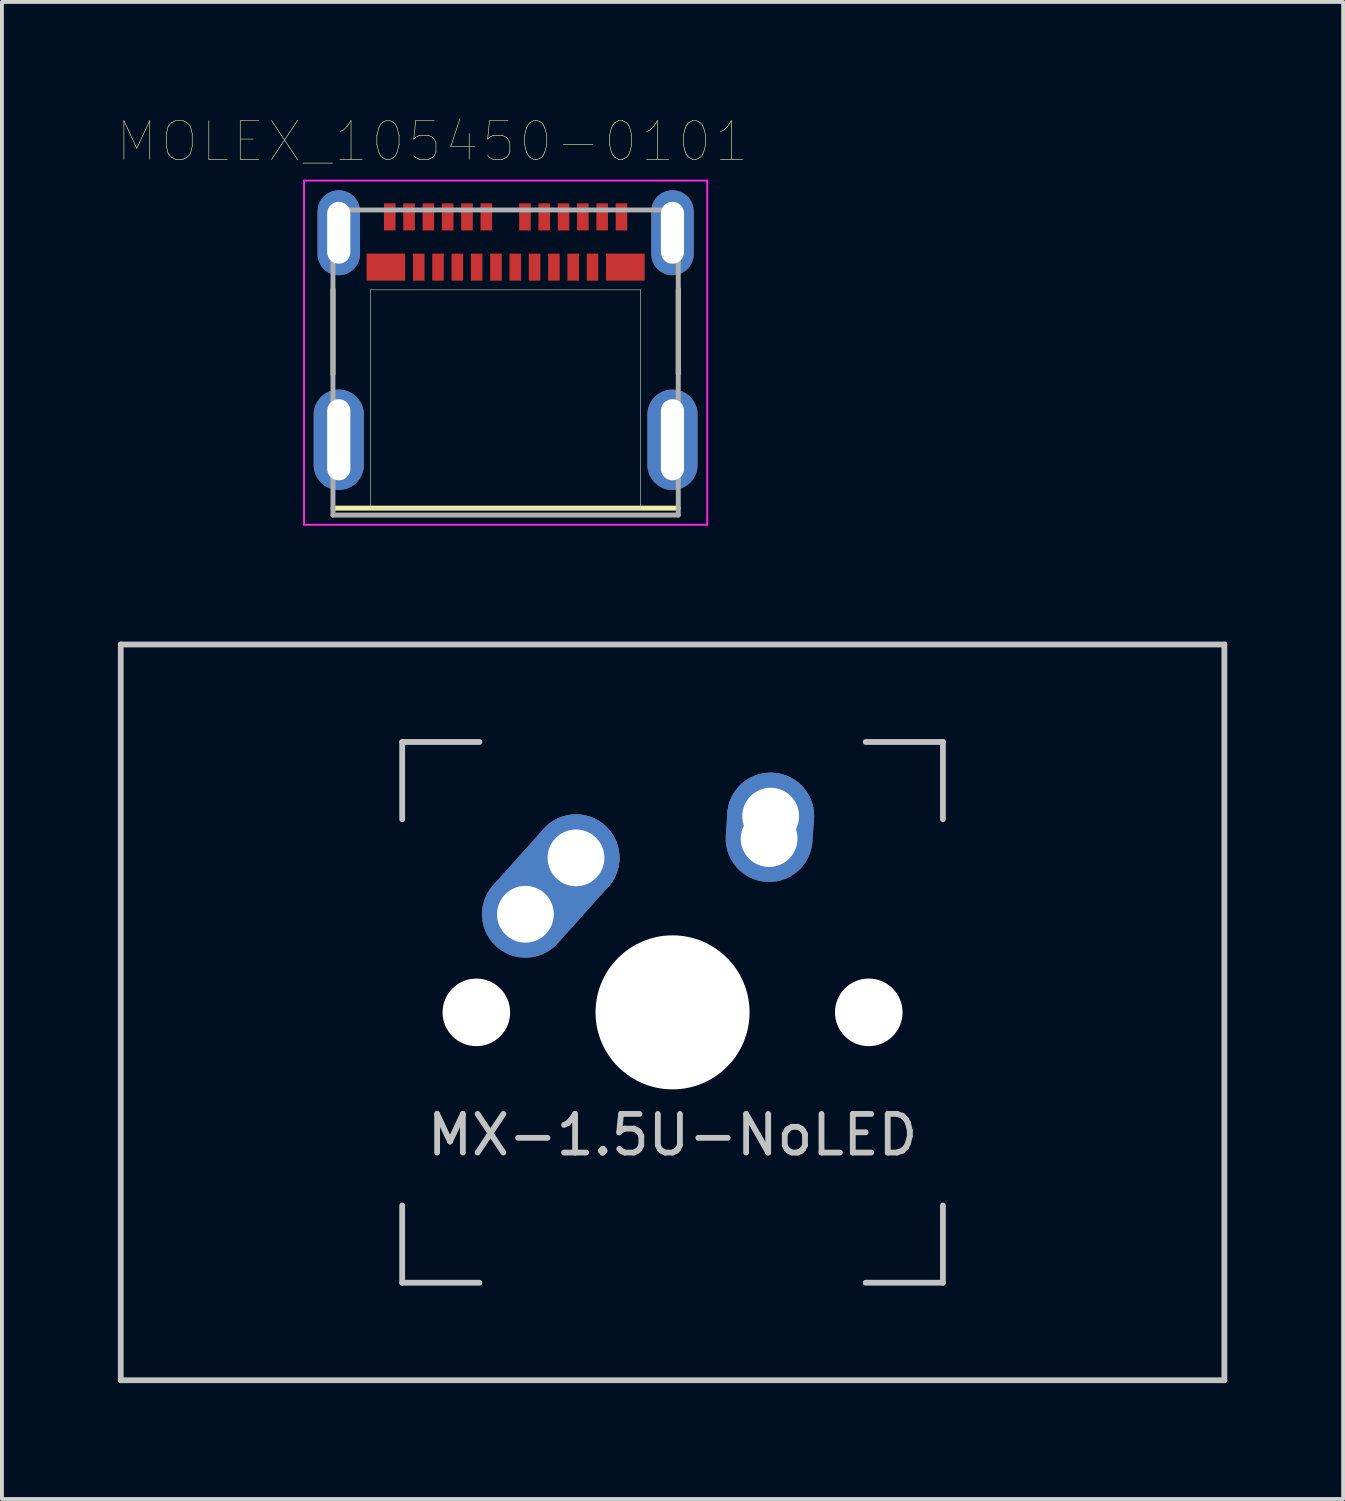
<source format=kicad_pcb>
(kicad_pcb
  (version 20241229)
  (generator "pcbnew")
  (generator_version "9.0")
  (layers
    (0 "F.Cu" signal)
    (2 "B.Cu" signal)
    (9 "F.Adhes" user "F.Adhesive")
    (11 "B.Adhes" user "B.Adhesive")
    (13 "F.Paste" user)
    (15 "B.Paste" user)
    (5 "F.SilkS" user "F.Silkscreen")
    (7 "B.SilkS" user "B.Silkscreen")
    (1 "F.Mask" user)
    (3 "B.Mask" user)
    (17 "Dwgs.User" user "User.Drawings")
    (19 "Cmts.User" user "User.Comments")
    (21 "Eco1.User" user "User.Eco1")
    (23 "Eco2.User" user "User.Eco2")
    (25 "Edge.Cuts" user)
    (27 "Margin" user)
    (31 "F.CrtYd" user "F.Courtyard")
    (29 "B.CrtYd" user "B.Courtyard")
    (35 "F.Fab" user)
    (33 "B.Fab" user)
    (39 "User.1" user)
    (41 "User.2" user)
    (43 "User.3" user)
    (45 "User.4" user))
  (footprint "MOLEX_105450-0101"
    (layer "F.Cu")
    (at 10.041 6.336)
    (property "Reference" "MOLEX_105450-0101" (at -1.899 -5.723 0) (layer "F.SilkS") (effects (font (size 1.004 1.004) (thickness 0.015))))
    (attr through_hole)
    (fp_line (start -4.47 0.3) (end -4.47 -1.9) (stroke (width 0.127) (type solid)) (layer "F.SilkS"))
    (fp_line (start -4.47 3.77) (end 4.47 3.77) (stroke (width 0.127) (type solid)) (layer "F.SilkS"))
    (fp_line (start 4.47 0.3) (end 4.47 -1.9) (stroke (width 0.127) (type solid)) (layer "F.SilkS"))
    (fp_poly (pts (xy -3.502 -1.88) (xy 3.5 -1.88) (xy 3.5 3.773) (xy -3.502 3.773)) (stroke (width 0.01) (type solid)) (fill no) (layer "Dwgs.User"))
    (fp_poly (pts (xy -3.501 -1.88) (xy 3.5 -1.88) (xy 3.5 3.771) (xy -3.501 3.771)) (stroke (width 0.01) (type solid)) (fill no) (layer "Dwgs.User"))
    (fp_line (start -5.22 -4.71) (end 5.22 -4.71) (stroke (width 0.05) (type solid)) (layer "F.CrtYd"))
    (fp_line (start -5.22 4.2) (end -5.22 -4.71) (stroke (width 0.05) (type solid)) (layer "F.CrtYd"))
    (fp_line (start 5.22 -4.71) (end 5.22 4.2) (stroke (width 0.05) (type solid)) (layer "F.CrtYd"))
    (fp_line (start 5.22 4.2) (end -5.22 4.2) (stroke (width 0.05) (type solid)) (layer "F.CrtYd"))
    (fp_line (start -4.47 -3.95) (end -4.47 3.95) (stroke (width 0.127) (type solid)) (layer "F.Fab"))
    (fp_line (start -4.47 3.95) (end 4.47 3.95) (stroke (width 0.127) (type solid)) (layer "F.Fab"))
    (fp_line (start 4.47 -3.95) (end -4.47 -3.95) (stroke (width 0.127) (type solid)) (layer "F.Fab"))
    (fp_line (start 4.47 3.95) (end 4.47 -3.95) (stroke (width 0.127) (type solid)) (layer "F.Fab"))
    (pad "A1" smd rect (at -3 -3.77) (size 0.3 0.7) (layers "F.Cu" "F.Mask" "F.Paste"))
    (pad "A2" smd rect (at -2.5 -3.77) (size 0.3 0.7) (layers "F.Cu" "F.Mask" "F.Paste"))
    (pad "A3" smd rect (at -2 -3.77) (size 0.3 0.7) (layers "F.Cu" "F.Mask" "F.Paste"))
    (pad "A4" smd rect (at -1.5 -3.77) (size 0.3 0.7) (layers "F.Cu" "F.Mask" "F.Paste"))
    (pad "A5" smd rect (at -1 -3.77) (size 0.3 0.7) (layers "F.Cu" "F.Mask" "F.Paste"))
    (pad "A6" smd rect (at -0.5 -3.77) (size 0.3 0.7) (layers "F.Cu" "F.Mask" "F.Paste"))
    (pad "A7" smd rect (at 0.5 -3.77) (size 0.3 0.7) (layers "F.Cu" "F.Mask" "F.Paste"))
    (pad "A8" smd rect (at 1 -3.77) (size 0.3 0.7) (layers "F.Cu" "F.Mask" "F.Paste"))
    (pad "A9" smd rect (at 1.5 -3.77) (size 0.3 0.7) (layers "F.Cu" "F.Mask" "F.Paste"))
    (pad "A10" smd rect (at 2 -3.77) (size 0.3 0.7) (layers "F.Cu" "F.Mask" "F.Paste"))
    (pad "A11" smd rect (at 2.5 -3.77) (size 0.3 0.7) (layers "F.Cu" "F.Mask" "F.Paste"))
    (pad "A12" smd rect (at 3 -3.77) (size 0.3 0.7) (layers "F.Cu" "F.Mask" "F.Paste"))
    (pad "B1" smd rect (at 3.1 -2.47) (size 1 0.7) (layers "F.Cu" "F.Mask" "F.Paste"))
    (pad "B2" smd rect (at 2.25 -2.47) (size 0.3 0.7) (layers "F.Cu" "F.Mask" "F.Paste"))
    (pad "B3" smd rect (at 1.75 -2.47) (size 0.3 0.7) (layers "F.Cu" "F.Mask" "F.Paste"))
    (pad "B4" smd rect (at 1.25 -2.47) (size 0.3 0.7) (layers "F.Cu" "F.Mask" "F.Paste"))
    (pad "B5" smd rect (at 0.75 -2.47) (size 0.3 0.7) (layers "F.Cu" "F.Mask" "F.Paste"))
    (pad "B6" smd rect (at 0.25 -2.47) (size 0.3 0.7) (layers "F.Cu" "F.Mask" "F.Paste"))
    (pad "B7" smd rect (at -0.25 -2.47) (size 0.3 0.7) (layers "F.Cu" "F.Mask" "F.Paste"))
    (pad "B8" smd rect (at -0.75 -2.47) (size 0.3 0.7) (layers "F.Cu" "F.Mask" "F.Paste"))
    (pad "B9" smd rect (at -1.25 -2.47) (size 0.3 0.7) (layers "F.Cu" "F.Mask" "F.Paste"))
    (pad "B10" smd rect (at -1.75 -2.47) (size 0.3 0.7) (layers "F.Cu" "F.Mask" "F.Paste"))
    (pad "B11" smd rect (at -2.25 -2.47) (size 0.3 0.7) (layers "F.Cu" "F.Mask" "F.Paste"))
    (pad "B12" smd rect (at -3.1 -2.47) (size 1 0.7) (layers "F.Cu" "F.Mask" "F.Paste"))
    (pad "S1" thru_hole oval (at -4.32 -3.36) (size 1.1 2.2) (drill oval 0.6 1.6) (layers "*.Cu" "*.Mask"))
    (pad "S2" thru_hole oval (at 4.32 -3.36) (size 1.1 2.2) (drill oval 0.6 1.6) (layers "*.Cu" "*.Mask"))
    (pad "S3" thru_hole oval (at -4.32 2) (size 1.3 2.6) (drill oval 0.6 2.1) (layers "*.Cu" "*.Mask"))
    (pad "S4" thru_hole oval (at 4.32 2) (size 1.3 2.6) (drill oval 0.6 2.1) (layers "*.Cu" "*.Mask")))
  (footprint "MX-1.5U-NoLED"
    (layer "F.Cu")
    (at 14.363 23.161)
    (property "Reference" "MX-1.5U-NoLED" (at 0 3.175 0) (layer "Dwgs.User") (effects (font (size 1 1) (thickness 0.15))))
    (attr through_hole)
    (fp_line (start -14.287 -9.525) (end 14.287 -9.525) (stroke (width 0.15) (type solid)) (layer "Dwgs.User"))
    (fp_line (start -14.287 9.525) (end -14.287 -9.525) (stroke (width 0.15) (type solid)) (layer "Dwgs.User"))
    (fp_line (start -7 -7) (end -7 -5) (stroke (width 0.15) (type solid)) (layer "Dwgs.User"))
    (fp_line (start -7 5) (end -7 7) (stroke (width 0.15) (type solid)) (layer "Dwgs.User"))
    (fp_line (start -7 7) (end -5 7) (stroke (width 0.15) (type solid)) (layer "Dwgs.User"))
    (fp_line (start -5 -7) (end -7 -7) (stroke (width 0.15) (type solid)) (layer "Dwgs.User"))
    (fp_line (start 5 -7) (end 7 -7) (stroke (width 0.15) (type solid)) (layer "Dwgs.User"))
    (fp_line (start 5 7) (end 7 7) (stroke (width 0.15) (type solid)) (layer "Dwgs.User"))
    (fp_line (start 7 -7) (end 7 -5) (stroke (width 0.15) (type solid)) (layer "Dwgs.User"))
    (fp_line (start 7 7) (end 7 5) (stroke (width 0.15) (type solid)) (layer "Dwgs.User"))
    (fp_line (start 14.287 -9.525) (end 14.287 9.525) (stroke (width 0.15) (type solid)) (layer "Dwgs.User"))
    (fp_line (start 14.287 9.525) (end -14.287 9.525) (stroke (width 0.15) (type solid)) (layer "Dwgs.User"))
    (pad "" np_thru_hole circle (at -5.08 0 48.1) (size 1.75 1.75) (drill 1.75) (layers "*.Cu" "*.Mask"))
    (pad "" np_thru_hole circle (at 0 0) (size 3.988 3.988) (drill 3.988) (layers "*.Cu" "*.Mask"))
    (pad "" np_thru_hole circle (at 5.08 0 48.1) (size 1.75 1.75) (drill 1.75) (layers "*.Cu" "*.Mask"))
    (pad "1" thru_hole oval (at -3.81 -2.54 48.1) (size 4.212 2.25) (drill 1.47 (offset 0.981 0)) (layers "*.Cu" "B.Mask"))
    (pad "1" thru_hole circle (at -2.5 -4) (size 2.25 2.25) (drill 1.47) (layers "*.Cu" "B.Mask"))
    (pad "2" thru_hole oval (at 2.5 -4.5 86.055) (size 2.831 2.25) (drill 1.47 (offset 0.291 0)) (layers "*.Cu" "B.Mask"))
    (pad "2" thru_hole circle (at 2.54 -5.08) (size 2.25 2.25) (drill 1.47) (layers "*.Cu" "B.Mask")))
  (gr_rect
    (start -3 -3)
    (end 31.725 35.761)
    (stroke (width 0.1) (type default))
    (fill no)
    (layer "Edge.Cuts")))
</source>
